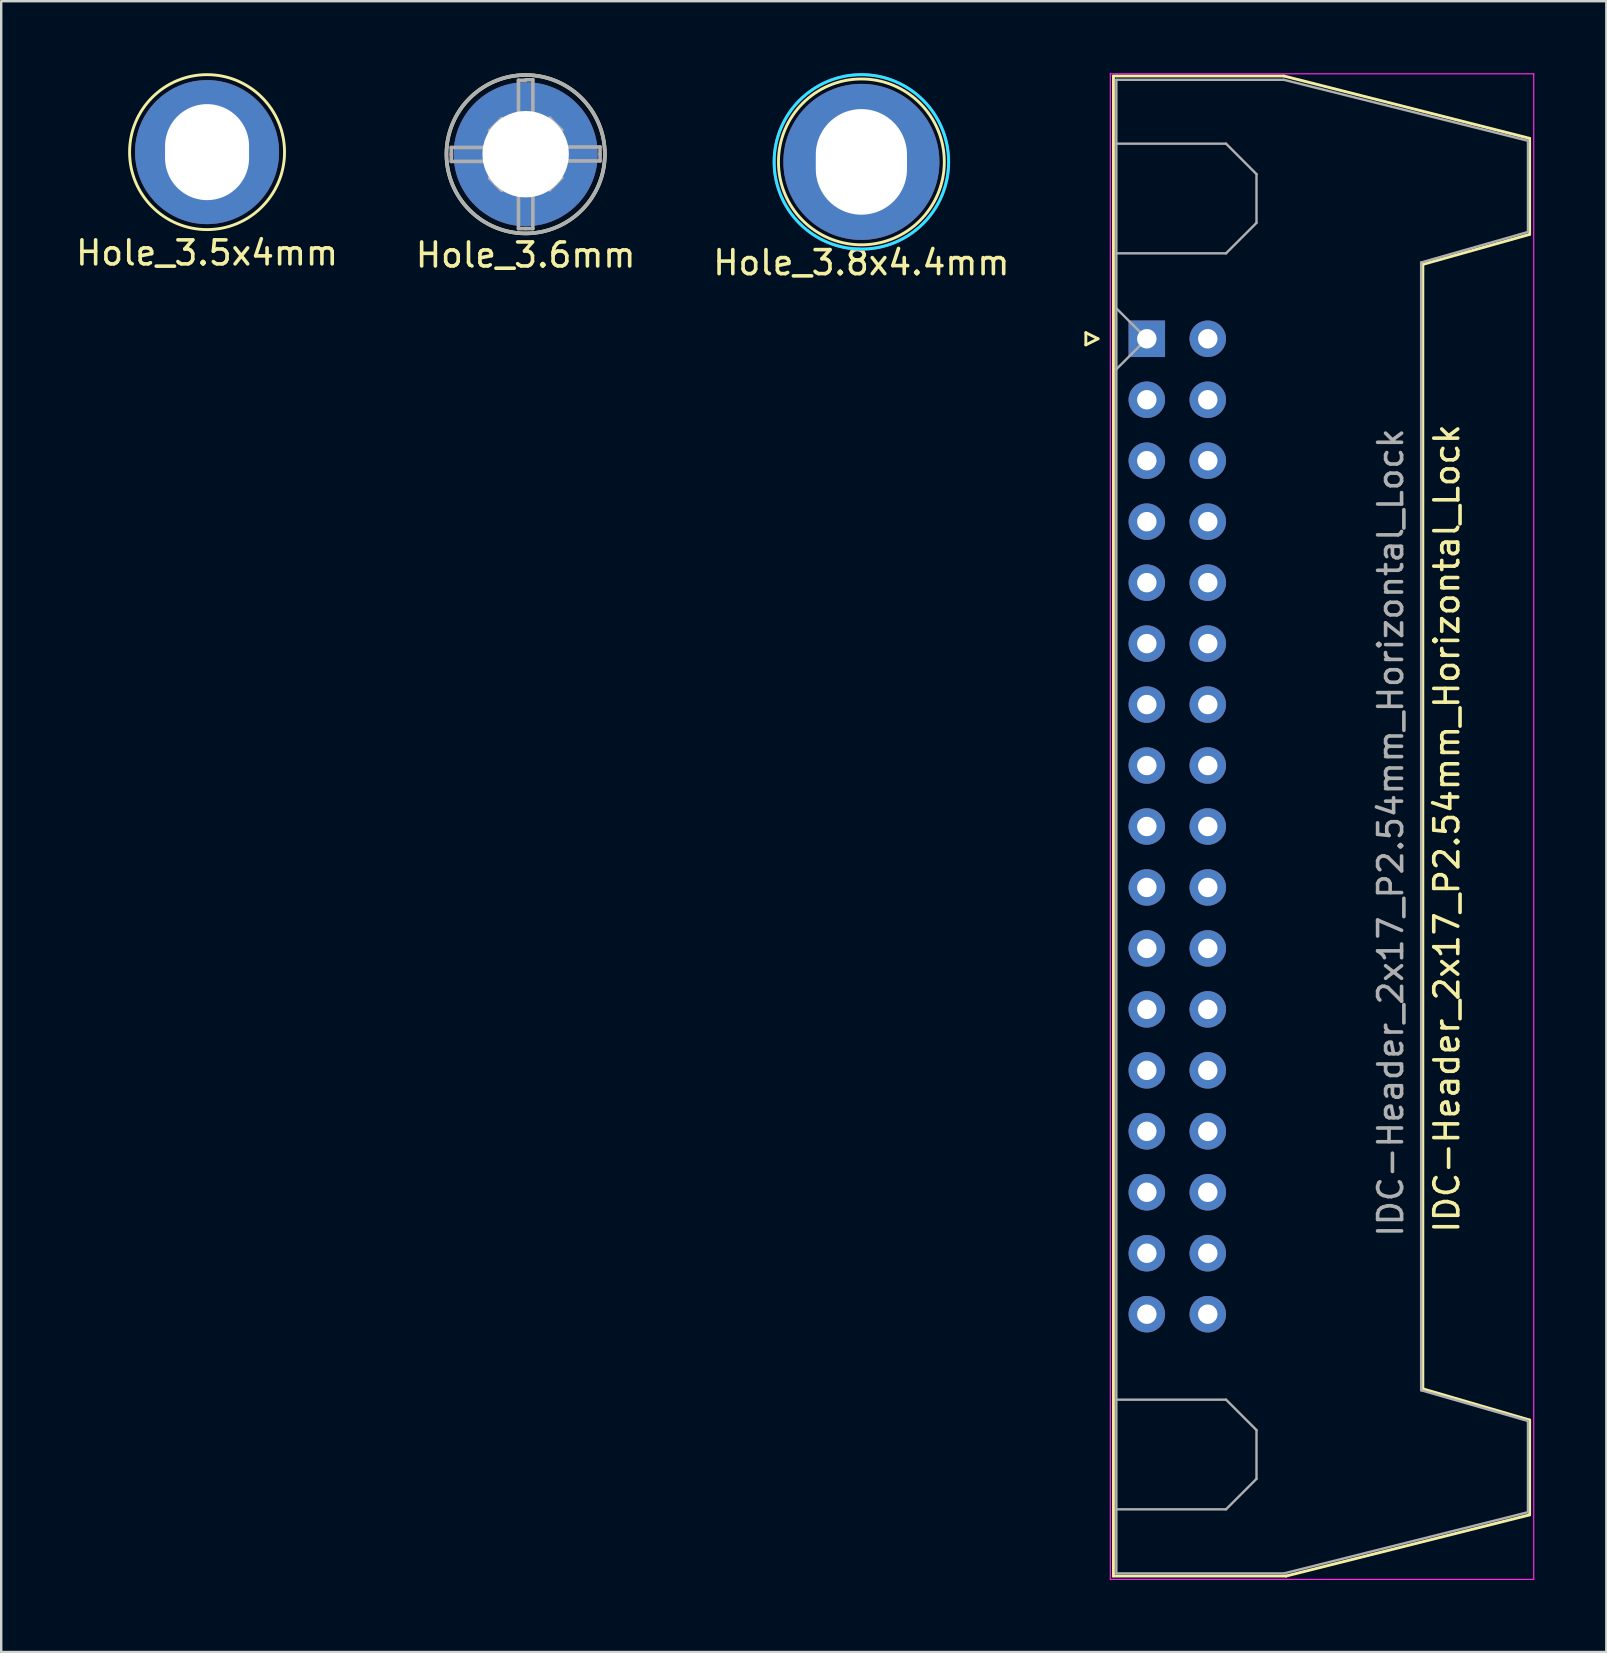
<source format=kicad_pcb>
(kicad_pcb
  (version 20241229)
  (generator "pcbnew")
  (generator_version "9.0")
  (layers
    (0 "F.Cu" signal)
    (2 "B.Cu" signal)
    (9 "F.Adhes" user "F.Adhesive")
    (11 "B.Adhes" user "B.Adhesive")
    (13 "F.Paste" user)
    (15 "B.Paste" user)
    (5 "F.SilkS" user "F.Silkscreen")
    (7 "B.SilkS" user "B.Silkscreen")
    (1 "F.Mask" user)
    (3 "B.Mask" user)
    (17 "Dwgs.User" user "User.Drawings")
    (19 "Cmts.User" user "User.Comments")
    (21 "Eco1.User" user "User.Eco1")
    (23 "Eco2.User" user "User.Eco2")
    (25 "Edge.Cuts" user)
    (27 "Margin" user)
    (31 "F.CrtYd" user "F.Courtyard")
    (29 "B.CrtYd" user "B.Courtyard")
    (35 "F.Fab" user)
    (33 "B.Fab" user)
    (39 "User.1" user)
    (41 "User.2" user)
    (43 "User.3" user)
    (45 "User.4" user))
  (footprint "IDC-Header_2x17_P2.54mm_Horizontal_Lock"
    (layer "F.Cu")
    (at 44.731 31.385)
    (property "Reference" "IDC-Header_2x17_P2.54mm_Horizontal_Lock" (at 12.5 0.08 270) (layer "F.SilkS") (effects (font (size 1 1) (thickness 0.15))))
    (attr through_hole)
    (fp_line (start -2.54 -20.574) (end -2.54 -20.066) (stroke (width 0.12) (type solid)) (layer "F.SilkS"))
    (fp_line (start -2.54 -20.066) (end -2.032 -20.32) (stroke (width 0.12) (type solid)) (layer "F.SilkS"))
    (fp_line (start -2.032 -20.32) (end -2.54 -20.574) (stroke (width 0.12) (type solid)) (layer "F.SilkS"))
    (fp_line (start -1.4 -31.27) (end 5.7 -31.27) (stroke (width 0.12) (type solid)) (layer "F.SilkS"))
    (fp_line (start -1.4 31.23) (end 5.8 31.23) (stroke (width 0.12) (type solid)) (layer "F.SilkS"))
    (fp_line (start -1.39 31.23) (end -1.39 -31.23) (stroke (width 0.12) (type solid)) (layer "F.SilkS"))
    (fp_line (start 5.8 31.23) (end 15.95 28.68) (stroke (width 0.12) (type solid)) (layer "F.SilkS"))
    (fp_line (start 11.5 -23.42) (end 15.95 -24.67) (stroke (width 0.12) (type solid)) (layer "F.SilkS"))
    (fp_line (start 11.5 23.43) (end 11.5 -23.42) (stroke (width 0.12) (type solid)) (layer "F.SilkS"))
    (fp_line (start 15.95 -28.67) (end 5.7 -31.27) (stroke (width 0.12) (type solid)) (layer "F.SilkS"))
    (fp_line (start 15.95 -24.67) (end 15.95 -28.67) (stroke (width 0.12) (type solid)) (layer "F.SilkS"))
    (fp_line (start 15.95 24.73) (end 11.5 23.43) (stroke (width 0.12) (type solid)) (layer "F.SilkS"))
    (fp_line (start 15.95 28.68) (end 15.95 24.73) (stroke (width 0.12) (type solid)) (layer "F.SilkS"))
    (fp_line (start -1.52 31.37) (end -1.52 -31.36) (stroke (width 0.05) (type solid)) (layer "F.CrtYd"))
    (fp_line (start -1.52 31.37) (end 16.12 31.37) (stroke (width 0.05) (type solid)) (layer "F.CrtYd"))
    (fp_line (start 16.12 -31.36) (end -1.52 -31.36) (stroke (width 0.05) (type solid)) (layer "F.CrtYd"))
    (fp_line (start 16.12 -31.36) (end 16.12 31.37) (stroke (width 0.05) (type solid)) (layer "F.CrtYd"))
    (fp_line (start -1.27 -31.11) (end -1.27 31.12) (stroke (width 0.1) (type solid)) (layer "F.Fab"))
    (fp_line (start -1.27 -28.45) (end 3.3 -28.45) (stroke (width 0.1) (type solid)) (layer "F.Fab"))
    (fp_line (start -1.27 -23.88) (end 3.3 -23.88) (stroke (width 0.1) (type solid)) (layer "F.Fab"))
    (fp_line (start -1.27 -21.59) (end 0 -20.32) (stroke (width 0.1) (type solid)) (layer "F.Fab"))
    (fp_line (start -1.27 23.88) (end 3.3 23.88) (stroke (width 0.1) (type solid)) (layer "F.Fab"))
    (fp_line (start -1.27 31.12) (end 5.71 31.12) (stroke (width 0.1) (type solid)) (layer "F.Fab"))
    (fp_line (start 0 -20.32) (end -1.27 -19.05) (stroke (width 0.1) (type solid)) (layer "F.Fab"))
    (fp_line (start 3.3 -28.45) (end 4.57 -27.18) (stroke (width 0.1) (type solid)) (layer "F.Fab"))
    (fp_line (start 3.3 23.88) (end 4.57 25.15) (stroke (width 0.1) (type solid)) (layer "F.Fab"))
    (fp_line (start 3.3 28.45) (end -1.27 28.45) (stroke (width 0.1) (type solid)) (layer "F.Fab"))
    (fp_line (start 4.57 -27.18) (end 4.57 -25.15) (stroke (width 0.1) (type solid)) (layer "F.Fab"))
    (fp_line (start 4.57 -25.15) (end 3.3 -23.88) (stroke (width 0.1) (type solid)) (layer "F.Fab"))
    (fp_line (start 4.57 25.15) (end 4.57 27.18) (stroke (width 0.1) (type solid)) (layer "F.Fab"))
    (fp_line (start 4.57 27.18) (end 3.3 28.45) (stroke (width 0.1) (type solid)) (layer "F.Fab"))
    (fp_line (start 5.71 -31.11) (end -1.27 -31.11) (stroke (width 0.1) (type solid)) (layer "F.Fab"))
    (fp_line (start 5.71 31.12) (end 15.88 28.57) (stroke (width 0.1) (type solid)) (layer "F.Fab"))
    (fp_line (start 11.43 -23.5) (end 11.43 23.49) (stroke (width 0.1) (type solid)) (layer "F.Fab"))
    (fp_line (start 15.88 -28.57) (end 5.71 -31.11) (stroke (width 0.1) (type solid)) (layer "F.Fab"))
    (fp_line (start 15.88 -28.57) (end 15.88 -24.77) (stroke (width 0.1) (type solid)) (layer "F.Fab"))
    (fp_line (start 15.88 -24.77) (end 11.43 -23.5) (stroke (width 0.1) (type solid)) (layer "F.Fab"))
    (fp_line (start 15.88 24.77) (end 11.43 23.49) (stroke (width 0.1) (type solid)) (layer "F.Fab"))
    (fp_line (start 15.88 28.57) (end 15.88 24.77) (stroke (width 0.1) (type solid)) (layer "F.Fab"))
    (fp_text user "${REFERENCE}" (at 10.16 0.254 90) (layer "F.Fab") (effects (font (size 1 1) (thickness 0.15))))
    (pad "1" thru_hole rect (at 0 -20.32 270) (size 1.52 1.52) (drill 0.81) (layers "*.Cu" "*.Mask"))
    (pad "2" thru_hole circle (at 2.54 -20.32 270) (size 1.52 1.52) (drill 0.81) (layers "*.Cu" "*.Mask"))
    (pad "3" thru_hole circle (at 0 -17.78 270) (size 1.52 1.52) (drill 0.81) (layers "*.Cu" "*.Mask"))
    (pad "4" thru_hole circle (at 2.54 -17.78 270) (size 1.52 1.52) (drill 0.81) (layers "*.Cu" "*.Mask"))
    (pad "5" thru_hole circle (at 0 -15.24 270) (size 1.52 1.52) (drill 0.81) (layers "*.Cu" "*.Mask"))
    (pad "6" thru_hole circle (at 2.54 -15.24 270) (size 1.52 1.52) (drill 0.81) (layers "*.Cu" "*.Mask"))
    (pad "7" thru_hole circle (at 0 -12.7 270) (size 1.52 1.52) (drill 0.81) (layers "*.Cu" "*.Mask"))
    (pad "8" thru_hole circle (at 2.54 -12.7 270) (size 1.52 1.52) (drill 0.81) (layers "*.Cu" "*.Mask"))
    (pad "9" thru_hole circle (at 0 -10.16 270) (size 1.52 1.52) (drill 0.81) (layers "*.Cu" "*.Mask"))
    (pad "10" thru_hole circle (at 2.54 -10.16 270) (size 1.52 1.52) (drill 0.81) (layers "*.Cu" "*.Mask"))
    (pad "11" thru_hole circle (at 0 -7.62 270) (size 1.52 1.52) (drill 0.81) (layers "*.Cu" "*.Mask"))
    (pad "12" thru_hole circle (at 2.54 -7.62 270) (size 1.52 1.52) (drill 0.81) (layers "*.Cu" "*.Mask"))
    (pad "13" thru_hole circle (at 0 -5.08 270) (size 1.52 1.52) (drill 0.81) (layers "*.Cu" "*.Mask"))
    (pad "14" thru_hole circle (at 2.54 -5.08 270) (size 1.52 1.52) (drill 0.81) (layers "*.Cu" "*.Mask"))
    (pad "15" thru_hole circle (at 0 -2.54 270) (size 1.52 1.52) (drill 0.81) (layers "*.Cu" "*.Mask"))
    (pad "16" thru_hole circle (at 2.54 -2.54 270) (size 1.52 1.52) (drill 0.81) (layers "*.Cu" "*.Mask"))
    (pad "17" thru_hole circle (at 0 0 270) (size 1.52 1.52) (drill 0.81) (layers "*.Cu" "*.Mask"))
    (pad "18" thru_hole circle (at 2.54 0 270) (size 1.52 1.52) (drill 0.81) (layers "*.Cu" "*.Mask"))
    (pad "19" thru_hole circle (at 0 2.54 270) (size 1.52 1.52) (drill 0.81) (layers "*.Cu" "*.Mask"))
    (pad "20" thru_hole circle (at 2.54 2.54 270) (size 1.52 1.52) (drill 0.81) (layers "*.Cu" "*.Mask"))
    (pad "21" thru_hole circle (at 0 5.08 270) (size 1.52 1.52) (drill 0.81) (layers "*.Cu" "*.Mask"))
    (pad "22" thru_hole circle (at 2.54 5.08 270) (size 1.52 1.52) (drill 0.81) (layers "*.Cu" "*.Mask"))
    (pad "23" thru_hole circle (at 0 7.62 270) (size 1.52 1.52) (drill 0.81) (layers "*.Cu" "*.Mask"))
    (pad "24" thru_hole circle (at 2.54 7.62 270) (size 1.52 1.52) (drill 0.81) (layers "*.Cu" "*.Mask"))
    (pad "25" thru_hole circle (at 0 10.16 270) (size 1.52 1.52) (drill 0.81) (layers "*.Cu" "*.Mask"))
    (pad "26" thru_hole circle (at 2.54 10.16 270) (size 1.52 1.52) (drill 0.81) (layers "*.Cu" "*.Mask"))
    (pad "27" thru_hole circle (at 0 12.7 270) (size 1.52 1.52) (drill 0.81) (layers "*.Cu" "*.Mask"))
    (pad "28" thru_hole circle (at 2.54 12.7 270) (size 1.52 1.52) (drill 0.81) (layers "*.Cu" "*.Mask"))
    (pad "29" thru_hole circle (at 0 15.24 270) (size 1.52 1.52) (drill 0.81) (layers "*.Cu" "*.Mask"))
    (pad "30" thru_hole circle (at 2.54 15.24 270) (size 1.52 1.52) (drill 0.81) (layers "*.Cu" "*.Mask"))
    (pad "31" thru_hole circle (at 0 17.78 270) (size 1.52 1.52) (drill 0.81) (layers "*.Cu" "*.Mask"))
    (pad "32" thru_hole circle (at 2.54 17.78 270) (size 1.52 1.52) (drill 0.81) (layers "*.Cu" "*.Mask"))
    (pad "33" thru_hole circle (at 0 20.32 270) (size 1.52 1.52) (drill 0.81) (layers "*.Cu" "*.Mask"))
    (pad "34" thru_hole circle (at 2.54 20.32 270) (size 1.52 1.52) (drill 0.81) (layers "*.Cu" "*.Mask")))
  (footprint "Hole_3.5x4mm"
    (layer "F.Cu")
    (at 5.577 3.288)
    (property "Reference" "Hole_3.5x4mm" (at 0 4.2 0) (layer "F.SilkS") (effects (font (size 1 1) (thickness 0.15))))
    (attr through_hole)
    (fp_circle (center 0 0) (end 0.9 -3.1) (stroke (width 0.12) (type solid)) (fill no) (layer "F.SilkS"))
    (pad "1" thru_hole oval (at 0 0) (size 6 6) (drill oval 3.5 4) (layers "*.Cu" "*.Mask")))
  (footprint "Hole_3.6mm"
    (layer "F.Cu")
    (at 18.851 3.375)
    (property "Reference" "Hole_3.6mm" (at 0 4.2 0) (layer "F.SilkS") (effects (font (size 1 1) (thickness 0.15))))
    (attr through_hole)
    (fp_circle (center 0 0) (end 3.3 0) (stroke (width 0.15) (type solid)) (fill no) (layer "F.SilkS"))
    (fp_line (start -3.1 -0.281) (end -3.1 0.019) (stroke (width 0.15) (type solid)) (layer "F.Fab"))
    (fp_line (start -3.1 0.3) (end -3.1 0) (stroke (width 0.15) (type solid)) (layer "F.Fab"))
    (fp_line (start -1.5 -0.981) (end -0.8 -0.281) (stroke (width 0.15) (type solid)) (layer "F.Fab"))
    (fp_line (start -1.5 1) (end -0.8 0.3) (stroke (width 0.15) (type solid)) (layer "F.Fab"))
    (fp_line (start -1 -1.481) (end -1.5 -0.981) (stroke (width 0.15) (type solid)) (layer "F.Fab"))
    (fp_line (start -1 1.5) (end -1.5 1) (stroke (width 0.15) (type solid)) (layer "F.Fab"))
    (fp_line (start -0.8 -0.281) (end -3.1 -0.281) (stroke (width 0.15) (type solid)) (layer "F.Fab"))
    (fp_line (start -0.8 0.3) (end -3.1 0.3) (stroke (width 0.15) (type solid)) (layer "F.Fab"))
    (fp_line (start -0.3 -3.081) (end -0.3 -0.781) (stroke (width 0.15) (type solid)) (layer "F.Fab"))
    (fp_line (start -0.3 -0.781) (end -1 -1.481) (stroke (width 0.15) (type solid)) (layer "F.Fab"))
    (fp_line (start -0.3 0.8) (end -1 1.5) (stroke (width 0.15) (type solid)) (layer "F.Fab"))
    (fp_line (start -0.3 3.1) (end -0.3 0.8) (stroke (width 0.15) (type solid)) (layer "F.Fab"))
    (fp_line (start 0 -3.1) (end 0.3 -3.1) (stroke (width 0.15) (type solid)) (layer "F.Fab"))
    (fp_line (start 0 -3.081) (end -0.3 -3.081) (stroke (width 0.15) (type solid)) (layer "F.Fab"))
    (fp_line (start 0 3.1) (end -0.3 3.1) (stroke (width 0.15) (type solid)) (layer "F.Fab"))
    (fp_line (start 0 3.1) (end 0.3 3.1) (stroke (width 0.15) (type solid)) (layer "F.Fab"))
    (fp_line (start 0.3 -3.1) (end 0.3 -0.8) (stroke (width 0.15) (type solid)) (layer "F.Fab"))
    (fp_line (start 0.3 -0.8) (end 1 -1.5) (stroke (width 0.15) (type solid)) (layer "F.Fab"))
    (fp_line (start 0.3 0.781) (end 1 1.481) (stroke (width 0.15) (type solid)) (layer "F.Fab"))
    (fp_line (start 0.3 3.1) (end 0.3 0.781) (stroke (width 0.15) (type solid)) (layer "F.Fab"))
    (fp_line (start 0.8 -0.3) (end 3.1 -0.3) (stroke (width 0.15) (type solid)) (layer "F.Fab"))
    (fp_line (start 0.8 0.281) (end 3.1 0.281) (stroke (width 0.15) (type solid)) (layer "F.Fab"))
    (fp_line (start 1 -1.5) (end 1.5 -1) (stroke (width 0.15) (type solid)) (layer "F.Fab"))
    (fp_line (start 1 1.481) (end 1.5 0.981) (stroke (width 0.15) (type solid)) (layer "F.Fab"))
    (fp_line (start 1.5 -1) (end 0.8 -0.3) (stroke (width 0.15) (type solid)) (layer "F.Fab"))
    (fp_line (start 1.5 0.981) (end 0.8 0.281) (stroke (width 0.15) (type solid)) (layer "F.Fab"))
    (fp_line (start 3.1 -0.3) (end 3.1 0) (stroke (width 0.15) (type solid)) (layer "F.Fab"))
    (fp_line (start 3.1 0.281) (end 3.1 -0.019) (stroke (width 0.15) (type solid)) (layer "F.Fab"))
    (fp_circle (center 0 0) (end 3.3 0) (stroke (width 0.15) (type solid)) (fill no) (layer "F.Fab"))
    (pad "1" thru_hole circle (at 0 0) (size 6 6) (drill 3.6) (layers "*.Cu" "*.Mask")))
  (footprint "Hole_3.8x4.4mm"
    (layer "F.Cu")
    (at 32.839 3.695)
    (property "Reference" "Hole_3.8x4.4mm" (at 0 4.2 0) (layer "F.SilkS") (effects (font (size 1 1) (thickness 0.15))))
    (attr through_hole)
    (fp_circle (center 0 0) (end 1.016 -3.302) (stroke (width 0.12) (type solid)) (fill no) (layer "F.SilkS"))
    (fp_circle (center 0 0) (end 3.635 0) (stroke (width 0.12) (type solid)) (fill no) (layer "B.CrtYd"))
    (fp_circle (center 0 0) (end 1.651 -3.239) (stroke (width 0.12) (type solid)) (fill no) (layer "F.CrtYd"))
    (pad "1" thru_hole oval (at 0 0) (size 6.5 6.5) (drill oval 3.8 4.4) (layers "*.Cu" "*.Mask")))
  (gr_rect
    (start -3 -3)
    (end 63.876 65.78)
    (stroke (width 0.1) (type default))
    (fill no)
    (layer "Edge.Cuts")))
</source>
